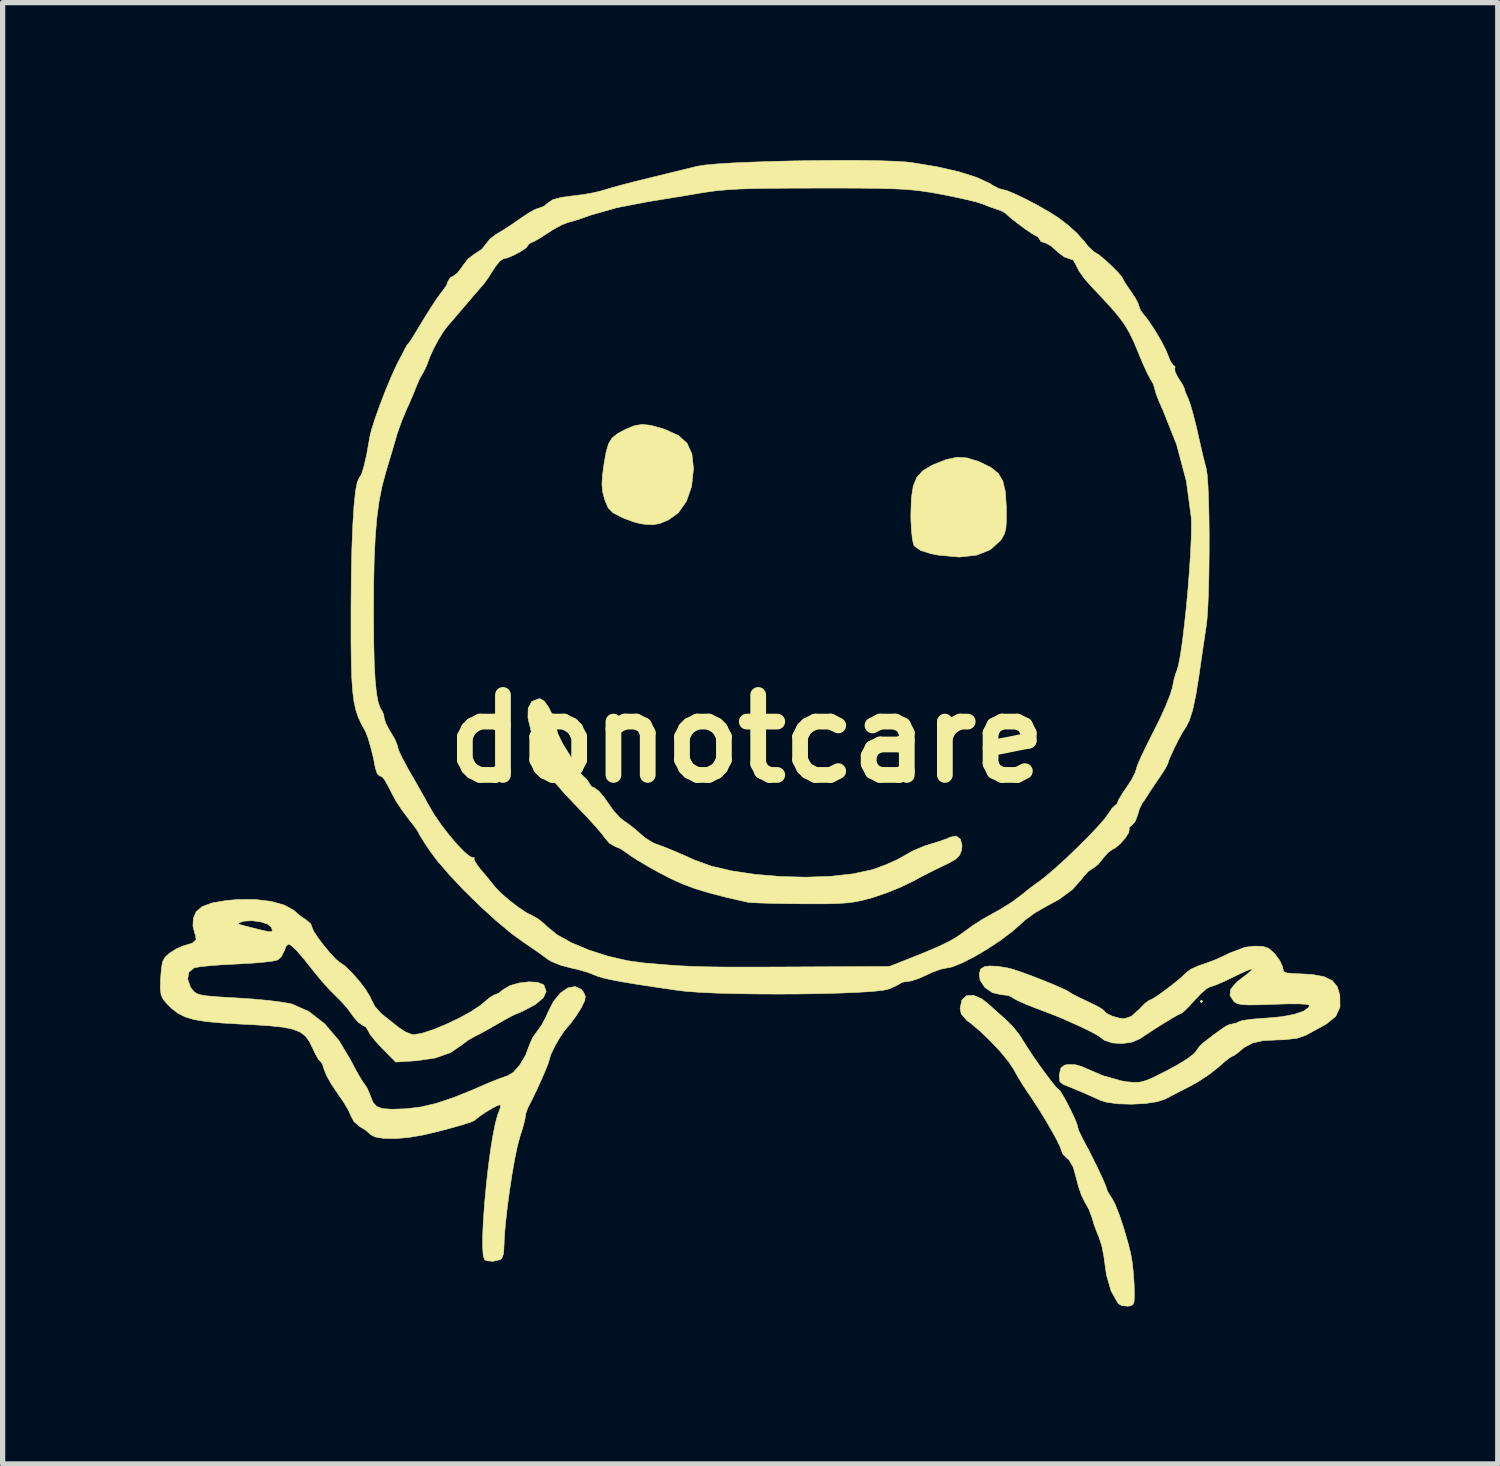
<source format=kicad_pcb>
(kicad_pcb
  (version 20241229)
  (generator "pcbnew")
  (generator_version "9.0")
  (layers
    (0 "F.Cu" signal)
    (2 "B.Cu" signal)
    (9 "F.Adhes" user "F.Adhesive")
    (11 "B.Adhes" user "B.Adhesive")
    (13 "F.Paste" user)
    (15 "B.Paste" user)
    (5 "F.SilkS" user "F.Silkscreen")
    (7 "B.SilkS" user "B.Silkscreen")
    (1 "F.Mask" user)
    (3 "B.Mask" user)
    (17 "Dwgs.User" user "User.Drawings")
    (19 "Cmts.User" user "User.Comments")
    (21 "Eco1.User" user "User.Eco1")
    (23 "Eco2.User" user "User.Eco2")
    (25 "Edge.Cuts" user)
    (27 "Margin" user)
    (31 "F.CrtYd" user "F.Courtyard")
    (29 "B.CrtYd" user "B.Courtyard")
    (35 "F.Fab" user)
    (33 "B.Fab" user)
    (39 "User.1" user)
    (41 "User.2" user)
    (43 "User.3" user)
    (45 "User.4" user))
  (footprint "donotcare"
    (layer "F.Cu")
    (at 11.176 11.023)
    (property "Reference" "donotcare" (at 0 0 0) (layer "F.SilkS") (effects (font (size 1.524 1.524) (thickness 0.3))))
    (attr through_hole)
    (fp_poly (pts (xy 8.687 5.004) (xy 8.661 5.029) (xy 8.636 5.004) (xy 8.661 4.978) (xy 8.687 5.004)) (stroke (width 0.01) (type solid)) (fill yes) (layer "F.SilkS"))
    (fp_poly (pts (xy -1.832 -5.971) (xy -1.618 -5.912) (xy -1.553 -5.89) (xy -1.301 -5.777) (xy -1.136 -5.627) (xy -1.045 -5.424) (xy -1.016 -5.151) (xy -1.016 -5.138) (xy -1.051 -4.807) (xy -1.149 -4.524) (xy -1.305 -4.303) (xy -1.486 -4.172) (xy -1.648 -4.103) (xy -1.785 -4.076) (xy -1.948 -4.086) (xy -2.032 -4.098) (xy -2.154 -4.131) (xy -2.317 -4.191) (xy -2.397 -4.225) (xy -2.548 -4.305) (xy -2.637 -4.394) (xy -2.698 -4.531) (xy -2.709 -4.566) (xy -2.746 -4.707) (xy -2.759 -4.845) (xy -2.749 -5.016) (xy -2.722 -5.216) (xy -2.681 -5.455) (xy -2.634 -5.618) (xy -2.566 -5.729) (xy -2.462 -5.813) (xy -2.317 -5.89) (xy -2.148 -5.961) (xy -1.998 -5.988) (xy -1.832 -5.971)) (stroke (width 0.01) (type solid)) (fill yes) (layer "F.SilkS"))
    (fp_poly (pts (xy 4.196 -5.35) (xy 4.408 -5.284) (xy 4.45 -5.267) (xy 4.653 -5.167) (xy 4.792 -5.054) (xy 4.879 -4.907) (xy 4.926 -4.703) (xy 4.944 -4.423) (xy 4.945 -4.382) (xy 4.946 -4.159) (xy 4.936 -4.009) (xy 4.909 -3.904) (xy 4.861 -3.815) (xy 4.831 -3.774) (xy 4.638 -3.6) (xy 4.374 -3.496) (xy 4.043 -3.461) (xy 3.649 -3.498) (xy 3.514 -3.524) (xy 3.311 -3.587) (xy 3.195 -3.669) (xy 3.185 -3.683) (xy 3.159 -3.778) (xy 3.139 -3.947) (xy 3.127 -4.161) (xy 3.126 -4.267) (xy 3.135 -4.58) (xy 3.171 -4.812) (xy 3.241 -4.981) (xy 3.354 -5.106) (xy 3.518 -5.204) (xy 3.543 -5.216) (xy 3.798 -5.318) (xy 4.004 -5.362) (xy 4.196 -5.35)) (stroke (width 0.01) (type solid)) (fill yes) (layer "F.SilkS"))
    (fp_poly (pts (xy 4.484 4.96) (xy 4.588 5.042) (xy 4.742 5.18) (xy 4.899 5.32) (xy 4.936 5.352) (xy 5.071 5.487) (xy 5.188 5.633) (xy 5.204 5.657) (xy 5.286 5.788) (xy 5.353 5.893) (xy 5.358 5.9) (xy 5.455 6.049) (xy 5.572 6.216) (xy 5.693 6.382) (xy 5.803 6.528) (xy 5.888 6.633) (xy 5.934 6.678) (xy 5.937 6.678) (xy 5.968 6.708) (xy 6.028 6.804) (xy 6.104 6.942) (xy 6.181 7.095) (xy 6.248 7.238) (xy 6.291 7.345) (xy 6.299 7.383) (xy 6.322 7.46) (xy 6.382 7.588) (xy 6.426 7.672) (xy 6.519 7.846) (xy 6.618 8.043) (xy 6.713 8.238) (xy 6.792 8.409) (xy 6.843 8.533) (xy 6.858 8.582) (xy 6.886 8.648) (xy 6.949 8.743) (xy 7.016 8.865) (xy 7.095 9.065) (xy 7.18 9.32) (xy 7.264 9.609) (xy 7.313 9.804) (xy 7.343 9.974) (xy 7.367 10.197) (xy 7.38 10.414) (xy 7.384 10.608) (xy 7.378 10.723) (xy 7.355 10.78) (xy 7.308 10.803) (xy 7.26 10.81) (xy 7.141 10.799) (xy 7.076 10.759) (xy 6.941 10.523) (xy 6.854 10.222) (xy 6.837 10.112) (xy 6.802 9.856) (xy 6.765 9.667) (xy 6.716 9.512) (xy 6.679 9.423) (xy 6.617 9.26) (xy 6.575 9.119) (xy 6.517 8.963) (xy 6.441 8.827) (xy 6.377 8.7) (xy 6.315 8.519) (xy 6.281 8.382) (xy 6.219 8.16) (xy 6.139 8.025) (xy 6.107 7.998) (xy 6.023 7.914) (xy 5.994 7.847) (xy 5.968 7.77) (xy 5.899 7.629) (xy 5.796 7.443) (xy 5.674 7.234) (xy 5.542 7.022) (xy 5.414 6.826) (xy 5.365 6.756) (xy 5.244 6.573) (xy 5.126 6.374) (xy 5.086 6.299) (xy 4.988 6.15) (xy 4.832 5.962) (xy 4.643 5.761) (xy 4.444 5.569) (xy 4.257 5.413) (xy 4.197 5.37) (xy 4.086 5.244) (xy 4.064 5.139) (xy 4.097 4.979) (xy 4.188 4.894) (xy 4.321 4.887) (xy 4.484 4.96)) (stroke (width 0.01) (type solid)) (fill yes) (layer "F.SilkS"))
    (fp_poly (pts (xy -3.86 -0.717) (xy -3.776 -0.603) (xy -3.7 -0.447) (xy -3.649 -0.278) (xy -3.642 -0.243) (xy -3.596 -0.088) (xy -3.509 0.09) (xy -3.458 0.173) (xy -3.37 0.314) (xy -3.313 0.43) (xy -3.302 0.475) (xy -3.266 0.554) (xy -3.176 0.655) (xy -3.15 0.678) (xy -3.052 0.772) (xy -3 0.845) (xy -2.997 0.857) (xy -2.955 0.912) (xy -2.898 0.939) (xy -2.818 0.998) (xy -2.717 1.116) (xy -2.646 1.219) (xy -2.535 1.376) (xy -2.415 1.506) (xy -2.351 1.557) (xy -2.224 1.645) (xy -2.127 1.725) (xy -1.937 1.889) (xy -1.782 1.984) (xy -1.72 2.008) (xy -1.581 2.059) (xy -1.379 2.141) (xy -1.144 2.243) (xy -0.991 2.313) (xy -0.671 2.428) (xy -0.277 2.519) (xy 0.171 2.585) (xy 0.647 2.625) (xy 1.129 2.637) (xy 1.593 2.621) (xy 2.016 2.575) (xy 2.374 2.499) (xy 2.438 2.479) (xy 2.653 2.399) (xy 2.856 2.308) (xy 3.007 2.225) (xy 3.013 2.221) (xy 3.177 2.13) (xy 3.381 2.045) (xy 3.496 2.008) (xy 3.671 1.955) (xy 3.816 1.903) (xy 3.88 1.874) (xy 3.99 1.853) (xy 4.069 1.913) (xy 4.101 2.034) (xy 4.092 2.123) (xy 4.054 2.219) (xy 3.975 2.298) (xy 3.829 2.379) (xy 3.769 2.407) (xy 3.567 2.505) (xy 3.332 2.624) (xy 3.152 2.721) (xy 2.937 2.825) (xy 2.676 2.931) (xy 2.422 3.018) (xy 2.397 3.026) (xy 2.233 3.071) (xy 2.085 3.103) (xy 1.931 3.125) (xy 1.75 3.138) (xy 1.522 3.144) (xy 1.223 3.145) (xy 1.048 3.144) (xy 0.746 3.141) (xy 0.474 3.136) (xy 0.25 3.129) (xy 0.094 3.122) (xy 0.025 3.116) (xy -0.383 3.023) (xy -0.713 2.938) (xy -0.986 2.855) (xy -1.224 2.766) (xy -1.45 2.664) (xy -1.662 2.554) (xy -1.878 2.433) (xy -2.069 2.321) (xy -2.212 2.23) (xy -2.28 2.18) (xy -2.405 2.095) (xy -2.501 2.056) (xy -2.615 1.991) (xy -2.704 1.889) (xy -2.771 1.799) (xy -2.893 1.657) (xy -3.051 1.485) (xy -3.209 1.32) (xy -3.461 1.055) (xy -3.641 0.849) (xy -3.754 0.696) (xy -3.805 0.588) (xy -3.81 0.556) (xy -3.831 0.486) (xy -3.888 0.352) (xy -3.968 0.18) (xy -3.988 0.138) (xy -4.11 -0.153) (xy -4.169 -0.397) (xy -4.164 -0.585) (xy -4.096 -0.708) (xy -3.966 -0.761) (xy -3.937 -0.762) (xy -3.86 -0.717)) (stroke (width 0.01) (type solid)) (fill yes) (layer "F.SilkS"))
    (fp_poly (pts (xy 9.834 3.956) (xy 9.942 3.993) (xy 10.042 4.08) (xy 10.066 4.107) (xy 10.157 4.231) (xy 10.207 4.344) (xy 10.211 4.37) (xy 10.226 4.432) (xy 10.287 4.462) (xy 10.42 4.473) (xy 10.452 4.474) (xy 10.767 4.49) (xy 10.996 4.532) (xy 11.152 4.607) (xy 11.248 4.721) (xy 11.297 4.881) (xy 11.298 4.886) (xy 11.301 5.112) (xy 11.22 5.288) (xy 11.047 5.43) (xy 11.019 5.446) (xy 10.85 5.539) (xy 10.688 5.627) (xy 10.649 5.649) (xy 10.483 5.706) (xy 10.241 5.734) (xy 10.095 5.738) (xy 9.831 5.752) (xy 9.636 5.796) (xy 9.476 5.88) (xy 9.356 5.981) (xy 9.281 6.036) (xy 9.253 6.045) (xy 9.199 6.077) (xy 9.095 6.159) (xy 8.99 6.252) (xy 8.814 6.392) (xy 8.601 6.532) (xy 8.458 6.612) (xy 8.268 6.709) (xy 8.085 6.804) (xy 7.976 6.862) (xy 7.817 6.915) (xy 7.591 6.949) (xy 7.334 6.962) (xy 7.079 6.955) (xy 6.859 6.925) (xy 6.731 6.886) (xy 6.563 6.809) (xy 6.368 6.724) (xy 6.183 6.647) (xy 6.047 6.593) (xy 6.03 6.587) (xy 5.965 6.533) (xy 5.953 6.421) (xy 5.956 6.389) (xy 5.985 6.27) (xy 6.054 6.218) (xy 6.12 6.206) (xy 6.267 6.211) (xy 6.371 6.241) (xy 6.786 6.419) (xy 7.143 6.519) (xy 7.251 6.536) (xy 7.38 6.547) (xy 7.489 6.542) (xy 7.602 6.513) (xy 7.746 6.452) (xy 7.947 6.351) (xy 8.01 6.319) (xy 8.215 6.207) (xy 8.388 6.1) (xy 8.506 6.012) (xy 8.547 5.969) (xy 8.628 5.856) (xy 8.682 5.804) (xy 8.891 5.643) (xy 9.037 5.536) (xy 9.134 5.472) (xy 9.2 5.442) (xy 9.242 5.436) (xy 9.345 5.41) (xy 9.375 5.39) (xy 9.444 5.368) (xy 9.59 5.346) (xy 9.787 5.328) (xy 9.906 5.321) (xy 10.194 5.295) (xy 10.433 5.249) (xy 10.609 5.189) (xy 10.705 5.117) (xy 10.719 5.077) (xy 10.671 5.06) (xy 10.535 5.051) (xy 10.328 5.05) (xy 10.062 5.058) (xy 10.04 5.058) (xy 9.758 5.069) (xy 9.561 5.071) (xy 9.429 5.064) (xy 9.345 5.046) (xy 9.292 5.016) (xy 9.278 5.003) (xy 9.204 4.887) (xy 9.221 4.768) (xy 9.332 4.638) (xy 9.423 4.567) (xy 9.545 4.474) (xy 9.62 4.407) (xy 9.633 4.384) (xy 9.582 4.396) (xy 9.464 4.445) (xy 9.302 4.522) (xy 9.256 4.545) (xy 9.078 4.63) (xy 8.929 4.693) (xy 8.837 4.723) (xy 8.827 4.724) (xy 8.76 4.76) (xy 8.652 4.854) (xy 8.534 4.978) (xy 8.417 5.107) (xy 8.323 5.199) (xy 8.276 5.232) (xy 8.218 5.258) (xy 8.097 5.327) (xy 7.937 5.424) (xy 7.76 5.535) (xy 7.587 5.649) (xy 7.49 5.715) (xy 7.337 5.78) (xy 7.147 5.807) (xy 6.958 5.794) (xy 6.81 5.743) (xy 6.776 5.716) (xy 6.699 5.659) (xy 6.558 5.581) (xy 6.344 5.478) (xy 6.046 5.344) (xy 6.02 5.332) (xy 5.927 5.294) (xy 5.768 5.232) (xy 5.572 5.157) (xy 5.5 5.13) (xy 5.309 5.054) (xy 5.156 4.986) (xy 5.066 4.936) (xy 5.053 4.924) (xy 4.986 4.892) (xy 4.865 4.877) (xy 4.856 4.877) (xy 4.682 4.838) (xy 4.536 4.738) (xy 4.445 4.601) (xy 4.429 4.482) (xy 4.456 4.386) (xy 4.527 4.342) (xy 4.623 4.329) (xy 4.78 4.335) (xy 4.972 4.367) (xy 5.055 4.388) (xy 5.201 4.435) (xy 5.391 4.504) (xy 5.6 4.585) (xy 5.804 4.667) (xy 5.979 4.743) (xy 6.102 4.801) (xy 6.147 4.829) (xy 6.203 4.864) (xy 6.325 4.926) (xy 6.488 5.003) (xy 6.49 5.004) (xy 6.648 5.08) (xy 6.762 5.144) (xy 6.807 5.182) (xy 6.807 5.182) (xy 6.851 5.231) (xy 6.957 5.282) (xy 7.089 5.321) (xy 7.192 5.334) (xy 7.326 5.288) (xy 7.474 5.156) (xy 7.577 5.05) (xy 7.658 4.987) (xy 7.68 4.978) (xy 7.743 4.949) (xy 7.859 4.872) (xy 8.005 4.765) (xy 8.155 4.649) (xy 8.285 4.54) (xy 8.371 4.457) (xy 8.378 4.45) (xy 8.464 4.389) (xy 8.608 4.324) (xy 8.699 4.294) (xy 8.906 4.219) (xy 9.121 4.122) (xy 9.188 4.087) (xy 9.49 3.972) (xy 9.672 3.95) (xy 9.834 3.956)) (stroke (width 0.01) (type solid)) (fill yes) (layer "F.SilkS"))
    (fp_poly (pts (xy -9.065 3.098) (xy -8.812 3.168) (xy -8.631 3.267) (xy -8.599 3.296) (xy -8.478 3.397) (xy -8.395 3.449) (xy -8.307 3.526) (xy -8.28 3.597) (xy -8.249 3.671) (xy -8.168 3.793) (xy -8.058 3.939) (xy -7.938 4.082) (xy -7.83 4.198) (xy -7.754 4.26) (xy -7.75 4.262) (xy -7.65 4.332) (xy -7.52 4.46) (xy -7.382 4.617) (xy -7.261 4.776) (xy -7.18 4.909) (xy -7.166 4.943) (xy -7.083 5.102) (xy -6.964 5.236) (xy -6.954 5.244) (xy -6.812 5.356) (xy -6.657 5.48) (xy -6.634 5.499) (xy -6.499 5.587) (xy -6.373 5.635) (xy -6.343 5.638) (xy -6.19 5.612) (xy -5.977 5.543) (xy -5.733 5.443) (xy -5.484 5.325) (xy -5.256 5.2) (xy -5.076 5.081) (xy -5.016 5.031) (xy -4.904 4.937) (xy -4.818 4.883) (xy -4.797 4.877) (xy -4.724 4.845) (xy -4.634 4.775) (xy -4.509 4.702) (xy -4.337 4.653) (xy -4.152 4.631) (xy -3.987 4.64) (xy -3.876 4.683) (xy -3.865 4.694) (xy -3.821 4.812) (xy -3.876 4.936) (xy -4.027 5.063) (xy -4.271 5.192) (xy -4.42 5.253) (xy -4.503 5.295) (xy -4.639 5.37) (xy -4.75 5.434) (xy -4.924 5.534) (xy -5.093 5.625) (xy -5.17 5.664) (xy -5.31 5.743) (xy -5.422 5.827) (xy -5.426 5.83) (xy -5.642 5.979) (xy -5.936 6.082) (xy -6.293 6.134) (xy -6.303 6.135) (xy -6.688 6.159) (xy -6.951 5.892) (xy -7.079 5.753) (xy -7.173 5.636) (xy -7.213 5.563) (xy -7.214 5.559) (xy -7.256 5.492) (xy -7.313 5.462) (xy -7.403 5.4) (xy -7.5 5.286) (xy -7.517 5.26) (xy -7.621 5.12) (xy -7.76 4.968) (xy -7.814 4.916) (xy -7.946 4.784) (xy -8.102 4.61) (xy -8.24 4.442) (xy -8.439 4.192) (xy -8.586 4.024) (xy -8.686 3.933) (xy -8.734 3.912) (xy -8.777 3.955) (xy -8.809 4.037) (xy -8.869 4.154) (xy -8.935 4.213) (xy -9.019 4.234) (xy -9.183 4.255) (xy -9.404 4.274) (xy -9.661 4.289) (xy -9.721 4.292) (xy -9.986 4.305) (xy -10.222 4.323) (xy -10.406 4.342) (xy -10.517 4.361) (xy -10.529 4.364) (xy -10.627 4.447) (xy -10.651 4.577) (xy -10.6 4.728) (xy -10.569 4.772) (xy -10.528 4.82) (xy -10.477 4.855) (xy -10.4 4.88) (xy -10.278 4.899) (xy -10.097 4.915) (xy -9.838 4.931) (xy -9.695 4.939) (xy -9.401 4.959) (xy -9.12 4.985) (xy -8.88 5.015) (xy -8.706 5.044) (xy -8.661 5.055) (xy -8.341 5.197) (xy -8.04 5.432) (xy -7.768 5.752) (xy -7.544 6.126) (xy -7.446 6.313) (xy -7.359 6.466) (xy -7.297 6.562) (xy -7.283 6.579) (xy -7.23 6.658) (xy -7.175 6.789) (xy -7.164 6.82) (xy -7.117 6.933) (xy -7.048 7.006) (xy -6.938 7.046) (xy -6.767 7.058) (xy -6.516 7.05) (xy -6.495 7.049) (xy -6.214 7.016) (xy -5.915 6.946) (xy -5.577 6.833) (xy -5.179 6.671) (xy -5.08 6.627) (xy -4.882 6.542) (xy -4.704 6.472) (xy -4.578 6.428) (xy -4.561 6.424) (xy -4.445 6.354) (xy -4.323 6.214) (xy -4.215 6.032) (xy -4.141 5.837) (xy -4.138 5.828) (xy -4.078 5.692) (xy -3.993 5.573) (xy -3.904 5.449) (xy -3.818 5.284) (xy -3.795 5.228) (xy -3.685 5.008) (xy -3.551 4.845) (xy -3.408 4.746) (xy -3.27 4.72) (xy -3.151 4.776) (xy -3.108 4.83) (xy -3.076 4.905) (xy -3.086 4.988) (xy -3.147 5.112) (xy -3.174 5.16) (xy -3.271 5.31) (xy -3.365 5.435) (xy -3.4 5.474) (xy -3.482 5.573) (xy -3.577 5.718) (xy -3.667 5.877) (xy -3.734 6.018) (xy -3.759 6.106) (xy -3.78 6.176) (xy -3.834 6.313) (xy -3.91 6.49) (xy -3.998 6.682) (xy -4.085 6.864) (xy -4.161 7.012) (xy -4.167 7.022) (xy -4.209 7.136) (xy -4.216 7.189) (xy -4.232 7.276) (xy -4.272 7.425) (xy -4.321 7.579) (xy -4.369 7.758) (xy -4.422 8.012) (xy -4.475 8.317) (xy -4.525 8.647) (xy -4.568 8.976) (xy -4.601 9.279) (xy -4.62 9.531) (xy -4.623 9.634) (xy -4.633 9.807) (xy -4.668 9.901) (xy -4.703 9.926) (xy -4.837 9.955) (xy -4.956 9.944) (xy -4.995 9.923) (xy -5.021 9.842) (xy -5.032 9.677) (xy -5.03 9.445) (xy -5.017 9.163) (xy -4.994 8.846) (xy -4.963 8.512) (xy -4.926 8.177) (xy -4.884 7.858) (xy -4.838 7.57) (xy -4.791 7.332) (xy -4.744 7.159) (xy -4.717 7.094) (xy -4.688 7.007) (xy -4.695 6.973) (xy -4.745 6.985) (xy -4.848 7.038) (xy -4.974 7.114) (xy -5.093 7.194) (xy -5.174 7.26) (xy -5.182 7.268) (xy -5.244 7.298) (xy -5.383 7.344) (xy -5.577 7.4) (xy -5.803 7.461) (xy -6.038 7.519) (xy -6.172 7.55) (xy -6.44 7.596) (xy -6.696 7.617) (xy -6.918 7.613) (xy -7.084 7.585) (xy -7.166 7.54) (xy -7.259 7.458) (xy -7.369 7.39) (xy -7.48 7.296) (xy -7.539 7.188) (xy -7.585 7.083) (xy -7.675 6.93) (xy -7.79 6.762) (xy -7.795 6.754) (xy -7.911 6.583) (xy -8.003 6.42) (xy -8.051 6.301) (xy -8.052 6.299) (xy -8.086 6.193) (xy -8.122 6.147) (xy -8.123 6.147) (xy -8.162 6.104) (xy -8.223 5.994) (xy -8.272 5.89) (xy -8.336 5.761) (xy -8.41 5.662) (xy -8.509 5.588) (xy -8.646 5.534) (xy -8.836 5.495) (xy -9.093 5.468) (xy -9.43 5.446) (xy -9.624 5.437) (xy -10.003 5.415) (xy -10.298 5.388) (xy -10.524 5.351) (xy -10.699 5.299) (xy -10.839 5.228) (xy -10.961 5.133) (xy -11.04 5.055) (xy -11.116 4.965) (xy -11.157 4.88) (xy -11.171 4.766) (xy -11.167 4.589) (xy -11.165 4.553) (xy -11.15 4.361) (xy -11.125 4.239) (xy -11.077 4.157) (xy -11.001 4.088) (xy -10.864 4) (xy -10.73 3.945) (xy -10.724 3.943) (xy -10.562 3.894) (xy -10.491 3.83) (xy -10.501 3.739) (xy -10.515 3.71) (xy -10.55 3.568) (xy -10.548 3.513) (xy -9.685 3.513) (xy -9.674 3.534) (xy -9.576 3.562) (xy -9.334 3.624) (xy -9.174 3.662) (xy -9.083 3.677) (xy -9.043 3.669) (xy -9.04 3.639) (xy -9.058 3.589) (xy -9.126 3.532) (xy -9.258 3.489) (xy -9.417 3.467) (xy -9.565 3.473) (xy -9.612 3.485) (xy -9.685 3.513) (xy -10.548 3.513) (xy -10.543 3.423) (xy -10.489 3.294) (xy -10.373 3.197) (xy -10.186 3.128) (xy -9.916 3.082) (xy -9.701 3.063) (xy -9.369 3.061) (xy -9.065 3.098)) (stroke (width 0.01) (type solid)) (fill yes) (layer "F.SilkS"))
    (fp_poly (pts (xy 2.139 -11.017) (xy 2.496 -11.012) (xy 2.799 -11.002) (xy 3.033 -10.988) (xy 3.129 -10.978) (xy 3.62 -10.897) (xy 4.042 -10.801) (xy 4.386 -10.691) (xy 4.641 -10.572) (xy 4.694 -10.537) (xy 4.8 -10.481) (xy 4.863 -10.465) (xy 4.96 -10.44) (xy 5.121 -10.373) (xy 5.323 -10.276) (xy 5.542 -10.161) (xy 5.757 -10.037) (xy 5.936 -9.923) (xy 6.119 -9.784) (xy 6.289 -9.631) (xy 6.408 -9.498) (xy 6.512 -9.371) (xy 6.608 -9.281) (xy 6.644 -9.259) (xy 6.717 -9.212) (xy 6.828 -9.119) (xy 6.952 -9.005) (xy 7.065 -8.891) (xy 7.142 -8.802) (xy 7.163 -8.765) (xy 7.19 -8.711) (xy 7.26 -8.604) (xy 7.315 -8.526) (xy 7.403 -8.393) (xy 7.458 -8.287) (xy 7.468 -8.251) (xy 7.5 -8.161) (xy 7.531 -8.119) (xy 7.637 -7.987) (xy 7.761 -7.802) (xy 7.882 -7.6) (xy 7.979 -7.415) (xy 8.026 -7.303) (xy 8.075 -7.181) (xy 8.124 -7.116) (xy 8.135 -7.112) (xy 8.162 -7.081) (xy 8.153 -7.061) (xy 8.159 -6.989) (xy 8.214 -6.881) (xy 8.226 -6.863) (xy 8.296 -6.755) (xy 8.331 -6.685) (xy 8.331 -6.68) (xy 8.351 -6.614) (xy 8.399 -6.5) (xy 8.407 -6.485) (xy 8.451 -6.364) (xy 8.505 -6.176) (xy 8.562 -5.953) (xy 8.587 -5.842) (xy 8.64 -5.606) (xy 8.692 -5.383) (xy 8.736 -5.209) (xy 8.751 -5.156) (xy 8.77 -5.034) (xy 8.786 -4.828) (xy 8.797 -4.555) (xy 8.805 -4.235) (xy 8.809 -3.883) (xy 8.808 -3.517) (xy 8.804 -3.157) (xy 8.796 -2.818) (xy 8.784 -2.519) (xy 8.768 -2.277) (xy 8.751 -2.134) (xy 8.718 -1.914) (xy 8.677 -1.638) (xy 8.635 -1.348) (xy 8.613 -1.194) (xy 8.554 -0.827) (xy 8.495 -0.55) (xy 8.432 -0.351) (xy 8.364 -0.218) (xy 8.353 -0.203) (xy 8.296 -0.114) (xy 8.221 0.025) (xy 8.142 0.183) (xy 8.074 0.329) (xy 8.032 0.432) (xy 8.026 0.459) (xy 7.999 0.522) (xy 7.929 0.638) (xy 7.861 0.739) (xy 7.76 0.887) (xy 7.676 1.013) (xy 7.643 1.066) (xy 7.571 1.178) (xy 7.535 1.226) (xy 7.485 1.324) (xy 7.445 1.456) (xy 7.399 1.577) (xy 7.336 1.646) (xy 7.334 1.646) (xy 7.283 1.695) (xy 7.287 1.723) (xy 7.276 1.789) (xy 7.211 1.89) (xy 7.118 1.997) (xy 7.02 2.08) (xy 6.97 2.105) (xy 6.885 2.165) (xy 6.791 2.272) (xy 6.782 2.286) (xy 6.689 2.397) (xy 6.599 2.465) (xy 6.591 2.468) (xy 6.506 2.526) (xy 6.407 2.636) (xy 6.383 2.67) (xy 6.204 2.872) (xy 5.947 3.061) (xy 5.664 3.215) (xy 5.478 3.324) (xy 5.298 3.457) (xy 5.232 3.517) (xy 5.053 3.675) (xy 4.83 3.842) (xy 4.584 4.005) (xy 4.336 4.152) (xy 4.106 4.269) (xy 3.916 4.346) (xy 3.799 4.369) (xy 3.689 4.392) (xy 3.533 4.449) (xy 3.433 4.496) (xy 3.272 4.568) (xy 3.132 4.614) (xy 3.073 4.623) (xy 2.969 4.637) (xy 2.929 4.658) (xy 2.862 4.697) (xy 2.741 4.753) (xy 2.704 4.768) (xy 2.59 4.793) (xy 2.39 4.814) (xy 2.117 4.831) (xy 1.787 4.845) (xy 1.414 4.855) (xy 1.013 4.862) (xy 0.599 4.864) (xy 0.186 4.862) (xy -0.211 4.856) (xy -0.577 4.846) (xy -0.897 4.831) (xy -1.158 4.812) (xy -1.295 4.796) (xy -1.741 4.731) (xy -2.097 4.677) (xy -2.374 4.631) (xy -2.583 4.591) (xy -2.736 4.557) (xy -2.844 4.524) (xy -2.905 4.499) (xy -3.04 4.447) (xy -3.226 4.394) (xy -3.362 4.363) (xy -3.552 4.312) (xy -3.721 4.243) (xy -3.802 4.193) (xy -3.916 4.108) (xy -4.078 3.995) (xy -4.232 3.891) (xy -4.486 3.707) (xy -4.778 3.463) (xy -5.087 3.182) (xy -5.391 2.883) (xy -5.67 2.587) (xy -5.904 2.314) (xy -6.032 2.142) (xy -6.136 1.986) (xy -6.213 1.865) (xy -6.248 1.8) (xy -6.248 1.796) (xy -6.278 1.744) (xy -6.355 1.639) (xy -6.44 1.531) (xy -6.567 1.361) (xy -6.683 1.185) (xy -6.732 1.096) (xy -6.828 0.908) (xy -6.892 0.794) (xy -6.935 0.735) (xy -6.97 0.713) (xy -6.991 0.711) (xy -7.039 0.667) (xy -7.075 0.559) (xy -7.077 0.546) (xy -7.115 0.354) (xy -7.166 0.151) (xy -7.219 -0.027) (xy -7.266 -0.145) (xy -7.271 -0.152) (xy -7.343 -0.283) (xy -7.402 -0.411) (xy -7.448 -0.55) (xy -7.483 -0.713) (xy -7.508 -0.911) (xy -7.525 -1.158) (xy -7.534 -1.465) (xy -7.539 -1.845) (xy -7.539 -2.311) (xy -7.539 -2.337) (xy -7.11 -2.337) (xy -7.106 -1.835) (xy -7.096 -1.427) (xy -7.078 -1.104) (xy -7.053 -0.859) (xy -7.019 -0.684) (xy -6.976 -0.57) (xy -6.945 -0.527) (xy -6.914 -0.45) (xy -6.909 -0.4) (xy -6.881 -0.304) (xy -6.813 -0.171) (xy -6.782 -0.122) (xy -6.703 0.011) (xy -6.659 0.121) (xy -6.654 0.147) (xy -6.63 0.225) (xy -6.564 0.365) (xy -6.469 0.544) (xy -6.417 0.635) (xy -6.295 0.846) (xy -6.179 1.052) (xy -6.087 1.218) (xy -6.066 1.257) (xy -5.956 1.444) (xy -5.817 1.645) (xy -5.664 1.843) (xy -5.513 2.02) (xy -5.376 2.16) (xy -5.269 2.247) (xy -5.213 2.265) (xy -5.185 2.266) (xy -5.196 2.274) (xy -5.189 2.321) (xy -5.128 2.417) (xy -5.069 2.491) (xy -4.947 2.636) (xy -4.835 2.774) (xy -4.801 2.817) (xy -4.69 2.935) (xy -4.533 3.072) (xy -4.358 3.206) (xy -4.196 3.315) (xy -4.077 3.374) (xy -3.973 3.433) (xy -3.848 3.536) (xy -3.806 3.578) (xy -3.611 3.736) (xy -3.337 3.888) (xy -3.006 4.026) (xy -2.643 4.143) (xy -2.268 4.229) (xy -1.956 4.272) (xy -1.703 4.293) (xy -1.482 4.311) (xy -1.278 4.325) (xy -1.077 4.335) (xy -0.862 4.343) (xy -0.62 4.347) (xy -0.336 4.35) (xy 0.006 4.35) (xy 0.42 4.349) (xy 0.914 4.347) (xy 2.718 4.338) (xy 3.073 4.198) (xy 3.4 4.067) (xy 3.648 3.961) (xy 3.837 3.871) (xy 3.984 3.788) (xy 4.107 3.703) (xy 4.14 3.678) (xy 4.31 3.555) (xy 4.492 3.439) (xy 4.547 3.408) (xy 4.846 3.241) (xy 5.073 3.098) (xy 5.25 2.963) (xy 5.262 2.953) (xy 5.397 2.845) (xy 5.521 2.753) (xy 5.537 2.743) (xy 5.675 2.639) (xy 5.858 2.484) (xy 6.067 2.294) (xy 6.285 2.086) (xy 6.494 1.878) (xy 6.676 1.687) (xy 6.814 1.53) (xy 6.885 1.433) (xy 6.957 1.327) (xy 7.014 1.272) (xy 7.021 1.27) (xy 7.06 1.231) (xy 7.061 1.219) (xy 7.089 1.154) (xy 7.161 1.035) (xy 7.239 0.921) (xy 7.335 0.774) (xy 7.399 0.649) (xy 7.417 0.589) (xy 7.439 0.514) (xy 7.501 0.369) (xy 7.594 0.173) (xy 7.708 -0.057) (xy 7.747 -0.133) (xy 7.871 -0.382) (xy 7.979 -0.619) (xy 8.06 -0.82) (xy 8.105 -0.96) (xy 8.109 -0.981) (xy 8.141 -1.139) (xy 8.18 -1.266) (xy 8.19 -1.287) (xy 8.223 -1.396) (xy 8.26 -1.589) (xy 8.298 -1.849) (xy 8.336 -2.159) (xy 8.373 -2.501) (xy 8.406 -2.858) (xy 8.433 -3.213) (xy 8.455 -3.549) (xy 8.468 -3.848) (xy 8.471 -4.092) (xy 8.467 -4.218) (xy 8.374 -4.907) (xy 8.189 -5.603) (xy 7.929 -6.257) (xy 7.852 -6.432) (xy 7.796 -6.576) (xy 7.773 -6.661) (xy 7.772 -6.664) (xy 7.745 -6.757) (xy 7.696 -6.842) (xy 7.642 -6.939) (xy 7.566 -7.101) (xy 7.483 -7.296) (xy 7.462 -7.349) (xy 7.375 -7.557) (xy 7.293 -7.728) (xy 7.202 -7.883) (xy 7.088 -8.039) (xy 6.938 -8.216) (xy 6.739 -8.432) (xy 6.563 -8.617) (xy 6.432 -8.767) (xy 6.33 -8.909) (xy 6.28 -9.01) (xy 6.218 -9.12) (xy 6.146 -9.144) (xy 6.049 -9.179) (xy 5.931 -9.266) (xy 5.9 -9.296) (xy 5.789 -9.393) (xy 5.692 -9.445) (xy 5.671 -9.449) (xy 5.599 -9.475) (xy 5.588 -9.501) (xy 5.547 -9.561) (xy 5.499 -9.586) (xy 5.419 -9.632) (xy 5.291 -9.72) (xy 5.148 -9.827) (xy 5.019 -9.929) (xy 4.935 -10.005) (xy 4.928 -10.013) (xy 4.864 -10.05) (xy 4.775 -10.083) (xy 4.633 -10.131) (xy 4.496 -10.186) (xy 4.388 -10.221) (xy 4.204 -10.267) (xy 3.972 -10.318) (xy 3.715 -10.37) (xy 3.708 -10.371) (xy 3.527 -10.404) (xy 3.361 -10.43) (xy 3.195 -10.45) (xy 3.016 -10.466) (xy 2.809 -10.476) (xy 2.559 -10.483) (xy 2.252 -10.488) (xy 1.873 -10.49) (xy 1.408 -10.49) (xy 1.372 -10.49) (xy 0.876 -10.489) (xy 0.469 -10.486) (xy 0.135 -10.481) (xy -0.138 -10.472) (xy -0.365 -10.459) (xy -0.559 -10.442) (xy -0.734 -10.419) (xy -0.864 -10.399) (xy -1.157 -10.349) (xy -1.481 -10.296) (xy -1.781 -10.247) (xy -1.88 -10.231) (xy -2.477 -10.116) (xy -2.977 -9.974) (xy -3.099 -9.93) (xy -3.258 -9.876) (xy -3.402 -9.836) (xy -3.41 -9.834) (xy -3.523 -9.79) (xy -3.679 -9.706) (xy -3.802 -9.627) (xy -3.947 -9.533) (xy -4.061 -9.469) (xy -4.114 -9.449) (xy -4.164 -9.412) (xy -4.166 -9.399) (xy -4.207 -9.349) (xy -4.31 -9.28) (xy -4.44 -9.211) (xy -4.563 -9.16) (xy -4.636 -9.144) (xy -4.7 -9.104) (xy -4.785 -9.001) (xy -4.828 -8.935) (xy -4.92 -8.79) (xy -5.004 -8.672) (xy -5.029 -8.642) (xy -5.097 -8.565) (xy -5.209 -8.435) (xy -5.344 -8.276) (xy -5.385 -8.229) (xy -5.515 -8.076) (xy -5.619 -7.954) (xy -5.681 -7.883) (xy -5.69 -7.874) (xy -5.772 -7.767) (xy -5.873 -7.605) (xy -5.969 -7.426) (xy -6.04 -7.268) (xy -6.05 -7.239) (xy -6.106 -7.092) (xy -6.162 -6.978) (xy -6.174 -6.96) (xy -6.23 -6.861) (xy -6.291 -6.722) (xy -6.297 -6.706) (xy -6.358 -6.553) (xy -6.439 -6.366) (xy -6.481 -6.274) (xy -6.568 -6.067) (xy -6.651 -5.836) (xy -6.68 -5.74) (xy -6.735 -5.551) (xy -6.806 -5.313) (xy -6.877 -5.075) (xy -6.883 -5.055) (xy -6.951 -4.797) (xy -7.006 -4.516) (xy -7.048 -4.199) (xy -7.078 -3.832) (xy -7.098 -3.403) (xy -7.108 -2.899) (xy -7.11 -2.337) (xy -7.539 -2.337) (xy -7.539 -2.464) (xy -7.534 -3.082) (xy -7.523 -3.619) (xy -7.505 -4.072) (xy -7.482 -4.437) (xy -7.454 -4.71) (xy -7.42 -4.89) (xy -7.381 -4.971) (xy -7.379 -4.972) (xy -7.338 -5.042) (xy -7.291 -5.195) (xy -7.242 -5.41) (xy -7.195 -5.67) (xy -7.186 -5.73) (xy -7.149 -5.884) (xy -7.079 -6.104) (xy -6.986 -6.364) (xy -6.88 -6.639) (xy -6.77 -6.902) (xy -6.667 -7.128) (xy -6.596 -7.264) (xy -6.536 -7.379) (xy -6.518 -7.417) (xy -6.472 -7.499) (xy -6.455 -7.518) (xy -6.408 -7.578) (xy -6.365 -7.645) (xy -6.168 -7.972) (xy -6.014 -8.218) (xy -5.898 -8.394) (xy -5.814 -8.508) (xy -5.796 -8.529) (xy -5.721 -8.634) (xy -5.69 -8.716) (xy -5.69 -8.717) (xy -5.648 -8.784) (xy -5.595 -8.811) (xy -5.51 -8.874) (xy -5.422 -8.989) (xy -5.411 -9.008) (xy -5.309 -9.141) (xy -5.181 -9.238) (xy -5.171 -9.242) (xy -5.048 -9.324) (xy -4.97 -9.422) (xy -4.889 -9.524) (xy -4.765 -9.616) (xy -4.758 -9.62) (xy -4.631 -9.695) (xy -4.463 -9.805) (xy -4.318 -9.906) (xy -4.164 -10.01) (xy -4.034 -10.083) (xy -3.958 -10.109) (xy -3.863 -10.144) (xy -3.789 -10.206) (xy -3.694 -10.269) (xy -3.532 -10.313) (xy -3.337 -10.339) (xy -3.119 -10.366) (xy -2.911 -10.403) (xy -2.769 -10.438) (xy -2.58 -10.494) (xy -2.373 -10.552) (xy -2.125 -10.616) (xy -1.809 -10.694) (xy -1.702 -10.72) (xy -1.452 -10.781) (xy -1.198 -10.843) (xy -0.984 -10.896) (xy -0.94 -10.906) (xy -0.797 -10.929) (xy -0.567 -10.95) (xy -0.268 -10.969) (xy 0.087 -10.984) (xy 0.481 -10.998) (xy 0.899 -11.008) (xy 1.325 -11.014) (xy 1.743 -11.018) (xy 2.139 -11.017)) (stroke (width 0.01) (type solid)) (fill yes) (layer "F.SilkS")))
  (gr_rect
    (start -3 -3)
    (end 25.482 24.838)
    (stroke (width 0.1) (type default))
    (fill no)
    (layer "Edge.Cuts")))
</source>
